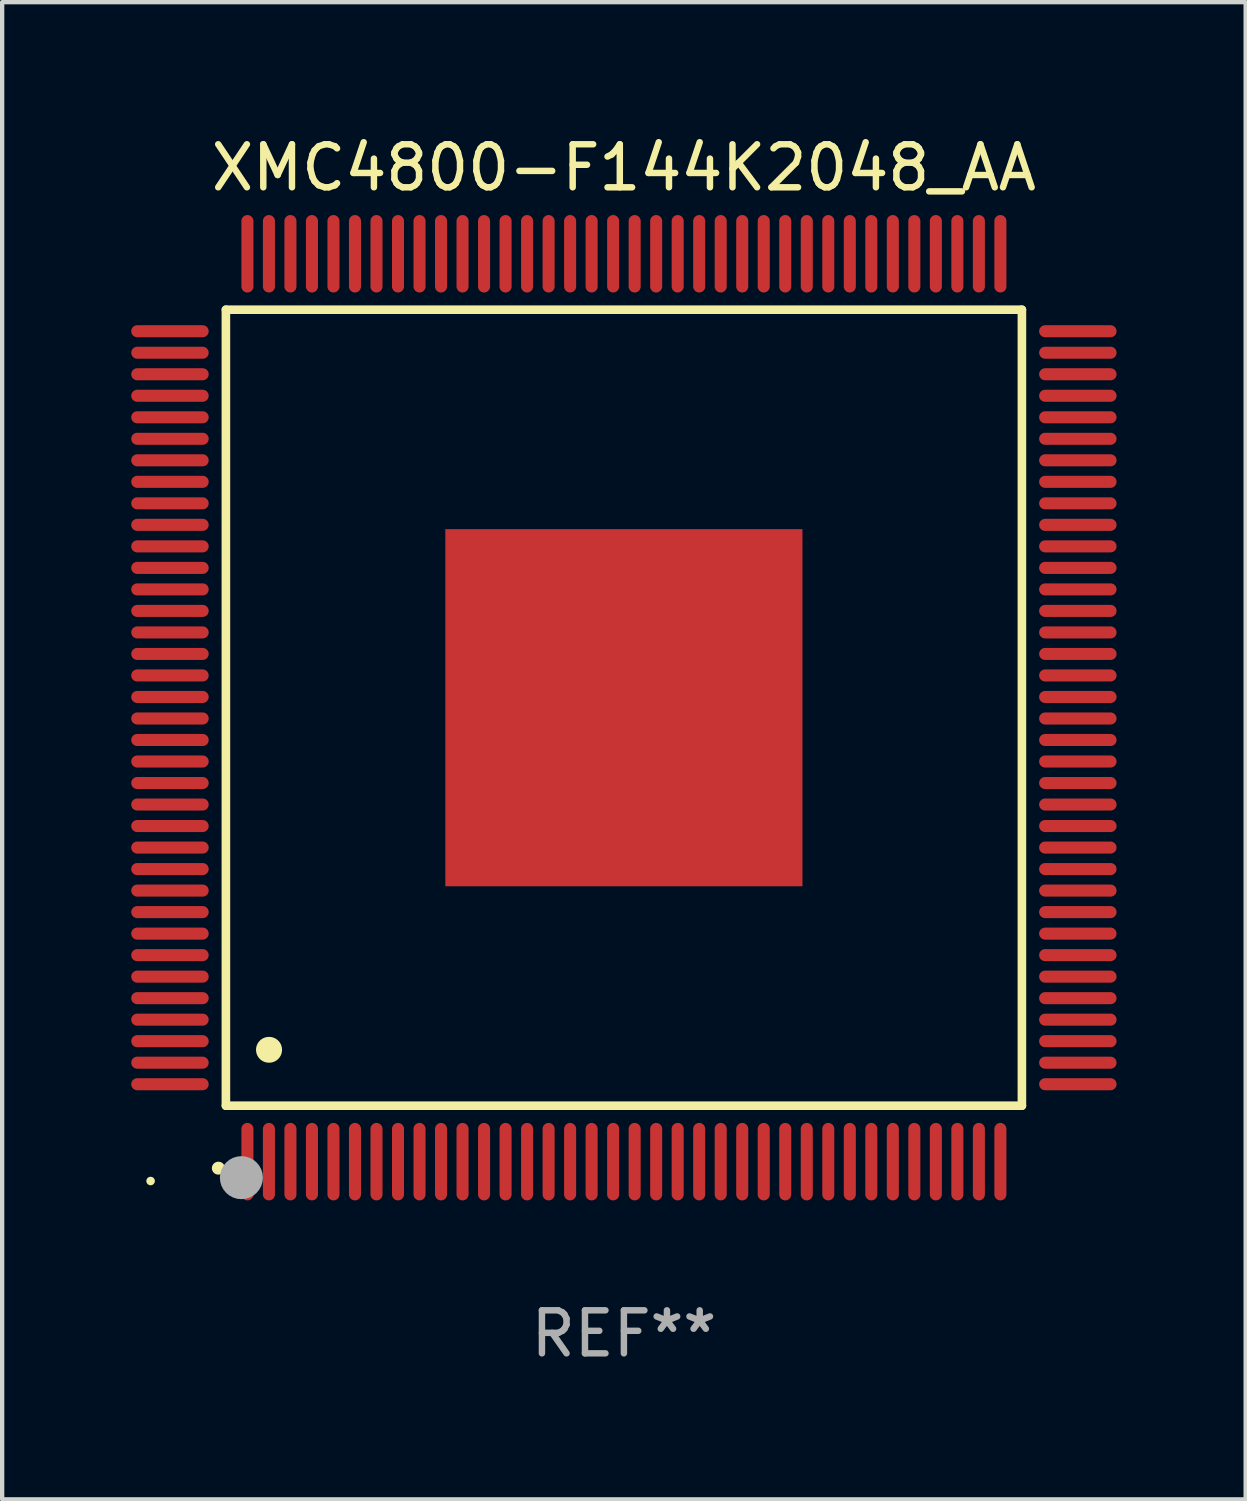
<source format=kicad_pcb>
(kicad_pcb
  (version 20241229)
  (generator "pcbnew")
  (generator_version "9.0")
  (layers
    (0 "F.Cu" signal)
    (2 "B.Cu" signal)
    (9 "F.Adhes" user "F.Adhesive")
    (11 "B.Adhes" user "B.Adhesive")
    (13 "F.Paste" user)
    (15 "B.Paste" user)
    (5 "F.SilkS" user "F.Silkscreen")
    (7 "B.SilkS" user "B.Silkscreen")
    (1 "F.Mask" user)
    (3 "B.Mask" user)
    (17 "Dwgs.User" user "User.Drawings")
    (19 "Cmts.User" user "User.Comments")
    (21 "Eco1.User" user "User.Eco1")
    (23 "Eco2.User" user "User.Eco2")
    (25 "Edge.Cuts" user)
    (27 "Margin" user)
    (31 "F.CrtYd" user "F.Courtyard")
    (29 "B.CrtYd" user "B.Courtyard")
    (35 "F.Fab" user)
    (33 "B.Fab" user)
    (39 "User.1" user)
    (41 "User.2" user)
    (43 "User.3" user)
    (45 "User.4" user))
  (footprint "XMC4800-F144K2048_AA"
    (layer "F.Cu")
    (at 11.45 13.398)
    (property "Reference" "XMC4800-F144K2048_AA" (at 0 -12.55 0) (layer "F.SilkS") (effects (font (size 1 1) (thickness 0.15))))
    (attr through_hole)
    (fp_line (start -9.25 -9.25) (end 9.25 -9.25) (stroke (width 0.2) (type solid)) (layer "F.SilkS"))
    (fp_line (start -9.25 9.25) (end -9.25 -9.25) (stroke (width 0.2) (type solid)) (layer "F.SilkS"))
    (fp_line (start 9.25 -9.25) (end 9.25 9.25) (stroke (width 0.2) (type solid)) (layer "F.SilkS"))
    (fp_line (start 9.25 9.25) (end -9.25 9.25) (stroke (width 0.2) (type solid)) (layer "F.SilkS"))
    (fp_arc (start -9.425959 10.701041) (mid -9.424689 10.701036) (end -9.423419 10.701041) (stroke (width 0.3) (type solid)) (layer "F.SilkS"))
    (fp_arc (start -8.249936 7.950216) (mid -8.247396 7.950205) (end -8.244856 7.950216) (stroke (width 0.6) (type solid)) (layer "F.SilkS"))
    (fp_circle (center -11 11) (end -10.95 11) (stroke (width 0.1) (type solid)) (fill no) (layer "F.SilkS"))
    (fp_circle (center -8.89 10.922) (end -8.64 10.922) (stroke (width 0.5) (type solid)) (fill no) (layer "F.Fab"))
    (fp_text user "REF**" (at 0 14.55 0) (layer "F.Fab") (effects (font (size 1 1) (thickness 0.15))))
    (pad "1" smd oval (at -8.75 10.55) (size 0.28 1.8) (layers "F.Cu" "F.Mask" "F.Paste"))
    (pad "2" smd oval (at -8.25 10.55) (size 0.28 1.8) (layers "F.Cu" "F.Mask" "F.Paste"))
    (pad "3" smd oval (at -7.75 10.55) (size 0.28 1.8) (layers "F.Cu" "F.Mask" "F.Paste"))
    (pad "4" smd oval (at -7.25 10.55) (size 0.28 1.8) (layers "F.Cu" "F.Mask" "F.Paste"))
    (pad "5" smd oval (at -6.75 10.55) (size 0.28 1.8) (layers "F.Cu" "F.Mask" "F.Paste"))
    (pad "6" smd oval (at -6.25 10.55) (size 0.28 1.8) (layers "F.Cu" "F.Mask" "F.Paste"))
    (pad "7" smd oval (at -5.75 10.55) (size 0.28 1.8) (layers "F.Cu" "F.Mask" "F.Paste"))
    (pad "8" smd oval (at -5.25 10.55) (size 0.28 1.8) (layers "F.Cu" "F.Mask" "F.Paste"))
    (pad "9" smd oval (at -4.75 10.55) (size 0.28 1.8) (layers "F.Cu" "F.Mask" "F.Paste"))
    (pad "10" smd oval (at -4.25 10.55) (size 0.28 1.8) (layers "F.Cu" "F.Mask" "F.Paste"))
    (pad "11" smd oval (at -3.75 10.55) (size 0.28 1.8) (layers "F.Cu" "F.Mask" "F.Paste"))
    (pad "12" smd oval (at -3.25 10.55) (size 0.28 1.8) (layers "F.Cu" "F.Mask" "F.Paste"))
    (pad "13" smd oval (at -2.75 10.55) (size 0.28 1.8) (layers "F.Cu" "F.Mask" "F.Paste"))
    (pad "14" smd oval (at -2.25 10.55) (size 0.28 1.8) (layers "F.Cu" "F.Mask" "F.Paste"))
    (pad "15" smd oval (at -1.75 10.55) (size 0.28 1.8) (layers "F.Cu" "F.Mask" "F.Paste"))
    (pad "16" smd oval (at -1.25 10.55) (size 0.28 1.8) (layers "F.Cu" "F.Mask" "F.Paste"))
    (pad "17" smd oval (at -0.75 10.55) (size 0.28 1.8) (layers "F.Cu" "F.Mask" "F.Paste"))
    (pad "18" smd oval (at -0.25 10.55) (size 0.28 1.8) (layers "F.Cu" "F.Mask" "F.Paste"))
    (pad "19" smd oval (at 0.25 10.55) (size 0.28 1.8) (layers "F.Cu" "F.Mask" "F.Paste"))
    (pad "20" smd oval (at 0.75 10.55) (size 0.28 1.8) (layers "F.Cu" "F.Mask" "F.Paste"))
    (pad "21" smd oval (at 1.25 10.55) (size 0.28 1.8) (layers "F.Cu" "F.Mask" "F.Paste"))
    (pad "22" smd oval (at 1.75 10.55) (size 0.28 1.8) (layers "F.Cu" "F.Mask" "F.Paste"))
    (pad "23" smd oval (at 2.25 10.55) (size 0.28 1.8) (layers "F.Cu" "F.Mask" "F.Paste"))
    (pad "24" smd oval (at 2.75 10.55) (size 0.28 1.8) (layers "F.Cu" "F.Mask" "F.Paste"))
    (pad "25" smd oval (at 3.25 10.55) (size 0.28 1.8) (layers "F.Cu" "F.Mask" "F.Paste"))
    (pad "26" smd oval (at 3.75 10.55) (size 0.28 1.8) (layers "F.Cu" "F.Mask" "F.Paste"))
    (pad "27" smd oval (at 4.25 10.55) (size 0.28 1.8) (layers "F.Cu" "F.Mask" "F.Paste"))
    (pad "28" smd oval (at 4.75 10.55) (size 0.28 1.8) (layers "F.Cu" "F.Mask" "F.Paste"))
    (pad "29" smd oval (at 5.25 10.55) (size 0.28 1.8) (layers "F.Cu" "F.Mask" "F.Paste"))
    (pad "30" smd oval (at 5.75 10.55) (size 0.28 1.8) (layers "F.Cu" "F.Mask" "F.Paste"))
    (pad "31" smd oval (at 6.25 10.55) (size 0.28 1.8) (layers "F.Cu" "F.Mask" "F.Paste"))
    (pad "32" smd oval (at 6.75 10.55) (size 0.28 1.8) (layers "F.Cu" "F.Mask" "F.Paste"))
    (pad "33" smd oval (at 7.25 10.55) (size 0.28 1.8) (layers "F.Cu" "F.Mask" "F.Paste"))
    (pad "34" smd oval (at 7.75 10.55) (size 0.28 1.8) (layers "F.Cu" "F.Mask" "F.Paste"))
    (pad "35" smd oval (at 8.25 10.55) (size 0.28 1.8) (layers "F.Cu" "F.Mask" "F.Paste"))
    (pad "36" smd oval (at 8.75 10.55) (size 0.28 1.8) (layers "F.Cu" "F.Mask" "F.Paste"))
    (pad "37" smd oval (at 10.55 8.75) (size 1.8 0.28) (layers "F.Cu" "F.Mask" "F.Paste"))
    (pad "38" smd oval (at 10.55 8.25) (size 1.8 0.28) (layers "F.Cu" "F.Mask" "F.Paste"))
    (pad "39" smd oval (at 10.55 7.75) (size 1.8 0.28) (layers "F.Cu" "F.Mask" "F.Paste"))
    (pad "40" smd oval (at 10.55 7.25) (size 1.8 0.28) (layers "F.Cu" "F.Mask" "F.Paste"))
    (pad "41" smd oval (at 10.55 6.75) (size 1.8 0.28) (layers "F.Cu" "F.Mask" "F.Paste"))
    (pad "42" smd oval (at 10.55 6.25) (size 1.8 0.28) (layers "F.Cu" "F.Mask" "F.Paste"))
    (pad "43" smd oval (at 10.55 5.75) (size 1.8 0.28) (layers "F.Cu" "F.Mask" "F.Paste"))
    (pad "44" smd oval (at 10.55 5.25) (size 1.8 0.28) (layers "F.Cu" "F.Mask" "F.Paste"))
    (pad "45" smd oval (at 10.55 4.75) (size 1.8 0.28) (layers "F.Cu" "F.Mask" "F.Paste"))
    (pad "46" smd oval (at 10.55 4.25) (size 1.8 0.28) (layers "F.Cu" "F.Mask" "F.Paste"))
    (pad "47" smd oval (at 10.55 3.75) (size 1.8 0.28) (layers "F.Cu" "F.Mask" "F.Paste"))
    (pad "48" smd oval (at 10.55 3.25) (size 1.8 0.28) (layers "F.Cu" "F.Mask" "F.Paste"))
    (pad "49" smd oval (at 10.55 2.75) (size 1.8 0.28) (layers "F.Cu" "F.Mask" "F.Paste"))
    (pad "50" smd oval (at 10.55 2.25) (size 1.8 0.28) (layers "F.Cu" "F.Mask" "F.Paste"))
    (pad "51" smd oval (at 10.55 1.75) (size 1.8 0.28) (layers "F.Cu" "F.Mask" "F.Paste"))
    (pad "52" smd oval (at 10.55 1.25) (size 1.8 0.28) (layers "F.Cu" "F.Mask" "F.Paste"))
    (pad "53" smd oval (at 10.55 0.75) (size 1.8 0.28) (layers "F.Cu" "F.Mask" "F.Paste"))
    (pad "54" smd oval (at 10.55 0.25) (size 1.8 0.28) (layers "F.Cu" "F.Mask" "F.Paste"))
    (pad "55" smd oval (at 10.55 -0.25) (size 1.8 0.28) (layers "F.Cu" "F.Mask" "F.Paste"))
    (pad "56" smd oval (at 10.55 -0.75) (size 1.8 0.28) (layers "F.Cu" "F.Mask" "F.Paste"))
    (pad "57" smd oval (at 10.55 -1.25) (size 1.8 0.28) (layers "F.Cu" "F.Mask" "F.Paste"))
    (pad "58" smd oval (at 10.55 -1.75) (size 1.8 0.28) (layers "F.Cu" "F.Mask" "F.Paste"))
    (pad "59" smd oval (at 10.55 -2.25) (size 1.8 0.28) (layers "F.Cu" "F.Mask" "F.Paste"))
    (pad "60" smd oval (at 10.55 -2.75) (size 1.8 0.28) (layers "F.Cu" "F.Mask" "F.Paste"))
    (pad "61" smd oval (at 10.55 -3.25) (size 1.8 0.28) (layers "F.Cu" "F.Mask" "F.Paste"))
    (pad "62" smd oval (at 10.55 -3.75) (size 1.8 0.28) (layers "F.Cu" "F.Mask" "F.Paste"))
    (pad "63" smd oval (at 10.55 -4.25) (size 1.8 0.28) (layers "F.Cu" "F.Mask" "F.Paste"))
    (pad "64" smd oval (at 10.55 -4.75) (size 1.8 0.28) (layers "F.Cu" "F.Mask" "F.Paste"))
    (pad "65" smd oval (at 10.55 -5.25) (size 1.8 0.28) (layers "F.Cu" "F.Mask" "F.Paste"))
    (pad "66" smd oval (at 10.55 -5.75) (size 1.8 0.28) (layers "F.Cu" "F.Mask" "F.Paste"))
    (pad "67" smd oval (at 10.55 -6.25) (size 1.8 0.28) (layers "F.Cu" "F.Mask" "F.Paste"))
    (pad "68" smd oval (at 10.55 -6.75) (size 1.8 0.28) (layers "F.Cu" "F.Mask" "F.Paste"))
    (pad "69" smd oval (at 10.55 -7.25) (size 1.8 0.28) (layers "F.Cu" "F.Mask" "F.Paste"))
    (pad "70" smd oval (at 10.55 -7.75) (size 1.8 0.28) (layers "F.Cu" "F.Mask" "F.Paste"))
    (pad "71" smd oval (at 10.55 -8.25) (size 1.8 0.28) (layers "F.Cu" "F.Mask" "F.Paste"))
    (pad "72" smd oval (at 10.55 -8.75) (size 1.8 0.28) (layers "F.Cu" "F.Mask" "F.Paste"))
    (pad "73" smd oval (at 8.75 -10.55) (size 0.28 1.8) (layers "F.Cu" "F.Mask" "F.Paste"))
    (pad "74" smd oval (at 8.25 -10.55) (size 0.28 1.8) (layers "F.Cu" "F.Mask" "F.Paste"))
    (pad "75" smd oval (at 7.75 -10.55) (size 0.28 1.8) (layers "F.Cu" "F.Mask" "F.Paste"))
    (pad "76" smd oval (at 7.25 -10.55) (size 0.28 1.8) (layers "F.Cu" "F.Mask" "F.Paste"))
    (pad "77" smd oval (at 6.75 -10.55) (size 0.28 1.8) (layers "F.Cu" "F.Mask" "F.Paste"))
    (pad "78" smd oval (at 6.25 -10.55) (size 0.28 1.8) (layers "F.Cu" "F.Mask" "F.Paste"))
    (pad "79" smd oval (at 5.75 -10.55) (size 0.28 1.8) (layers "F.Cu" "F.Mask" "F.Paste"))
    (pad "80" smd oval (at 5.25 -10.55) (size 0.28 1.8) (layers "F.Cu" "F.Mask" "F.Paste"))
    (pad "81" smd oval (at 4.75 -10.55) (size 0.28 1.8) (layers "F.Cu" "F.Mask" "F.Paste"))
    (pad "82" smd oval (at 4.25 -10.55) (size 0.28 1.8) (layers "F.Cu" "F.Mask" "F.Paste"))
    (pad "83" smd oval (at 3.75 -10.55) (size 0.28 1.8) (layers "F.Cu" "F.Mask" "F.Paste"))
    (pad "84" smd oval (at 3.25 -10.55) (size 0.28 1.8) (layers "F.Cu" "F.Mask" "F.Paste"))
    (pad "85" smd oval (at 2.75 -10.55) (size 0.28 1.8) (layers "F.Cu" "F.Mask" "F.Paste"))
    (pad "86" smd oval (at 2.25 -10.55) (size 0.28 1.8) (layers "F.Cu" "F.Mask" "F.Paste"))
    (pad "87" smd oval (at 1.75 -10.55) (size 0.28 1.8) (layers "F.Cu" "F.Mask" "F.Paste"))
    (pad "88" smd oval (at 1.25 -10.55) (size 0.28 1.8) (layers "F.Cu" "F.Mask" "F.Paste"))
    (pad "89" smd oval (at 0.75 -10.55) (size 0.28 1.8) (layers "F.Cu" "F.Mask" "F.Paste"))
    (pad "90" smd oval (at 0.25 -10.55) (size 0.28 1.8) (layers "F.Cu" "F.Mask" "F.Paste"))
    (pad "91" smd oval (at -0.25 -10.55) (size 0.28 1.8) (layers "F.Cu" "F.Mask" "F.Paste"))
    (pad "92" smd oval (at -0.75 -10.55) (size 0.28 1.8) (layers "F.Cu" "F.Mask" "F.Paste"))
    (pad "93" smd oval (at -1.25 -10.55) (size 0.28 1.8) (layers "F.Cu" "F.Mask" "F.Paste"))
    (pad "94" smd oval (at -1.75 -10.55) (size 0.28 1.8) (layers "F.Cu" "F.Mask" "F.Paste"))
    (pad "95" smd oval (at -2.25 -10.55) (size 0.28 1.8) (layers "F.Cu" "F.Mask" "F.Paste"))
    (pad "96" smd oval (at -2.75 -10.55) (size 0.28 1.8) (layers "F.Cu" "F.Mask" "F.Paste"))
    (pad "97" smd oval (at -3.25 -10.55) (size 0.28 1.8) (layers "F.Cu" "F.Mask" "F.Paste"))
    (pad "98" smd oval (at -3.75 -10.55) (size 0.28 1.8) (layers "F.Cu" "F.Mask" "F.Paste"))
    (pad "99" smd oval (at -4.25 -10.55) (size 0.28 1.8) (layers "F.Cu" "F.Mask" "F.Paste"))
    (pad "100" smd oval (at -4.75 -10.55) (size 0.28 1.8) (layers "F.Cu" "F.Mask" "F.Paste"))
    (pad "101" smd oval (at -5.25 -10.55) (size 0.28 1.8) (layers "F.Cu" "F.Mask" "F.Paste"))
    (pad "102" smd oval (at -5.75 -10.55) (size 0.28 1.8) (layers "F.Cu" "F.Mask" "F.Paste"))
    (pad "103" smd oval (at -6.25 -10.55) (size 0.28 1.8) (layers "F.Cu" "F.Mask" "F.Paste"))
    (pad "104" smd oval (at -6.75 -10.55) (size 0.28 1.8) (layers "F.Cu" "F.Mask" "F.Paste"))
    (pad "105" smd oval (at -7.25 -10.55) (size 0.28 1.8) (layers "F.Cu" "F.Mask" "F.Paste"))
    (pad "106" smd oval (at -7.75 -10.55) (size 0.28 1.8) (layers "F.Cu" "F.Mask" "F.Paste"))
    (pad "107" smd oval (at -8.25 -10.55) (size 0.28 1.8) (layers "F.Cu" "F.Mask" "F.Paste"))
    (pad "108" smd oval (at -8.75 -10.55) (size 0.28 1.8) (layers "F.Cu" "F.Mask" "F.Paste"))
    (pad "109" smd oval (at -10.55 -8.75) (size 1.8 0.28) (layers "F.Cu" "F.Mask" "F.Paste"))
    (pad "110" smd oval (at -10.55 -8.25) (size 1.8 0.28) (layers "F.Cu" "F.Mask" "F.Paste"))
    (pad "111" smd oval (at -10.55 -7.75) (size 1.8 0.28) (layers "F.Cu" "F.Mask" "F.Paste"))
    (pad "112" smd oval (at -10.55 -7.25) (size 1.8 0.28) (layers "F.Cu" "F.Mask" "F.Paste"))
    (pad "113" smd oval (at -10.55 -6.75) (size 1.8 0.28) (layers "F.Cu" "F.Mask" "F.Paste"))
    (pad "114" smd oval (at -10.55 -6.25) (size 1.8 0.28) (layers "F.Cu" "F.Mask" "F.Paste"))
    (pad "115" smd oval (at -10.55 -5.75) (size 1.8 0.28) (layers "F.Cu" "F.Mask" "F.Paste"))
    (pad "116" smd oval (at -10.55 -5.25) (size 1.8 0.28) (layers "F.Cu" "F.Mask" "F.Paste"))
    (pad "117" smd oval (at -10.55 -4.75) (size 1.8 0.28) (layers "F.Cu" "F.Mask" "F.Paste"))
    (pad "118" smd oval (at -10.55 -4.25) (size 1.8 0.28) (layers "F.Cu" "F.Mask" "F.Paste"))
    (pad "119" smd oval (at -10.55 -3.75) (size 1.8 0.28) (layers "F.Cu" "F.Mask" "F.Paste"))
    (pad "120" smd oval (at -10.55 -3.25) (size 1.8 0.28) (layers "F.Cu" "F.Mask" "F.Paste"))
    (pad "121" smd oval (at -10.55 -2.75) (size 1.8 0.28) (layers "F.Cu" "F.Mask" "F.Paste"))
    (pad "122" smd oval (at -10.55 -2.25) (size 1.8 0.28) (layers "F.Cu" "F.Mask" "F.Paste"))
    (pad "123" smd oval (at -10.55 -1.75) (size 1.8 0.28) (layers "F.Cu" "F.Mask" "F.Paste"))
    (pad "124" smd oval (at -10.55 -1.25) (size 1.8 0.28) (layers "F.Cu" "F.Mask" "F.Paste"))
    (pad "125" smd oval (at -10.55 -0.75) (size 1.8 0.28) (layers "F.Cu" "F.Mask" "F.Paste"))
    (pad "126" smd oval (at -10.55 -0.25) (size 1.8 0.28) (layers "F.Cu" "F.Mask" "F.Paste"))
    (pad "127" smd oval (at -10.55 0.25) (size 1.8 0.28) (layers "F.Cu" "F.Mask" "F.Paste"))
    (pad "128" smd oval (at -10.55 0.75) (size 1.8 0.28) (layers "F.Cu" "F.Mask" "F.Paste"))
    (pad "129" smd oval (at -10.55 1.25) (size 1.8 0.28) (layers "F.Cu" "F.Mask" "F.Paste"))
    (pad "130" smd oval (at -10.55 1.75) (size 1.8 0.28) (layers "F.Cu" "F.Mask" "F.Paste"))
    (pad "131" smd oval (at -10.55 2.25) (size 1.8 0.28) (layers "F.Cu" "F.Mask" "F.Paste"))
    (pad "132" smd oval (at -10.55 2.75) (size 1.8 0.28) (layers "F.Cu" "F.Mask" "F.Paste"))
    (pad "133" smd oval (at -10.55 3.25) (size 1.8 0.28) (layers "F.Cu" "F.Mask" "F.Paste"))
    (pad "134" smd oval (at -10.55 3.75) (size 1.8 0.28) (layers "F.Cu" "F.Mask" "F.Paste"))
    (pad "135" smd oval (at -10.55 4.25) (size 1.8 0.28) (layers "F.Cu" "F.Mask" "F.Paste"))
    (pad "136" smd oval (at -10.55 4.75) (size 1.8 0.28) (layers "F.Cu" "F.Mask" "F.Paste"))
    (pad "137" smd oval (at -10.55 5.25) (size 1.8 0.28) (layers "F.Cu" "F.Mask" "F.Paste"))
    (pad "138" smd oval (at -10.55 5.75) (size 1.8 0.28) (layers "F.Cu" "F.Mask" "F.Paste"))
    (pad "139" smd oval (at -10.55 6.25) (size 1.8 0.28) (layers "F.Cu" "F.Mask" "F.Paste"))
    (pad "140" smd oval (at -10.55 6.75) (size 1.8 0.28) (layers "F.Cu" "F.Mask" "F.Paste"))
    (pad "141" smd oval (at -10.55 7.25) (size 1.8 0.28) (layers "F.Cu" "F.Mask" "F.Paste"))
    (pad "142" smd oval (at -10.55 7.75) (size 1.8 0.28) (layers "F.Cu" "F.Mask" "F.Paste"))
    (pad "143" smd oval (at -10.55 8.25) (size 1.8 0.28) (layers "F.Cu" "F.Mask" "F.Paste"))
    (pad "144" smd oval (at -10.55 8.75) (size 1.8 0.28) (layers "F.Cu" "F.Mask" "F.Paste"))
    (pad "145" smd rect (at 0 0) (size 8.3 8.3) (layers "F.Cu" "F.Mask" "F.Paste")))
  (gr_rect
    (start -3 -3)
    (end 25.9 31.796)
    (stroke (width 0.1) (type default))
    (fill no)
    (layer "Edge.Cuts")))
</source>
